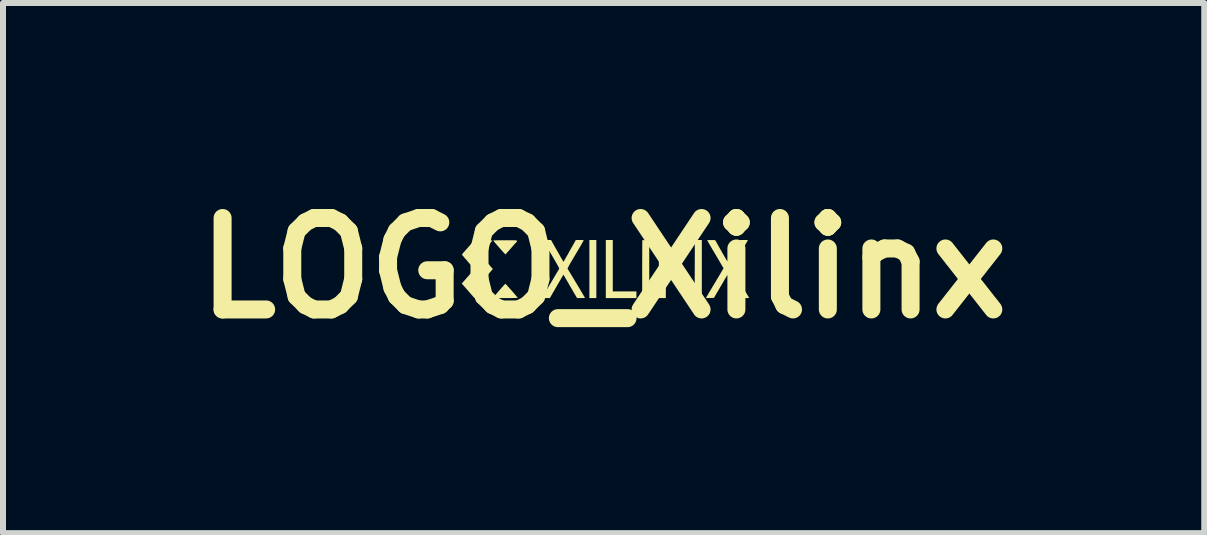
<source format=kicad_pcb>
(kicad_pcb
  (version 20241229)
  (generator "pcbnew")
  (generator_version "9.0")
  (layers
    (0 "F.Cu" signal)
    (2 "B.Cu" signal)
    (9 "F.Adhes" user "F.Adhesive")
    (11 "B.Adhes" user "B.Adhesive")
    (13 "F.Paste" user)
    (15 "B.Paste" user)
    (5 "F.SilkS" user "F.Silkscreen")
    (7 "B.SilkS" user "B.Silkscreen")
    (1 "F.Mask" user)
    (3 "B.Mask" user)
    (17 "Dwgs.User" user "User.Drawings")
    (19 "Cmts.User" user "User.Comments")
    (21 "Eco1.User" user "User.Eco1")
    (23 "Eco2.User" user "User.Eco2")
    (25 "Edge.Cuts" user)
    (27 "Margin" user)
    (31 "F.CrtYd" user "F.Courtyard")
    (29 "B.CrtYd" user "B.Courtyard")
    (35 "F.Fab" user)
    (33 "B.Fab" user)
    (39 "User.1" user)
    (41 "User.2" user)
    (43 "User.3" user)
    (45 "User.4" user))
  (footprint "LOGO_Xilinx"
    (layer "F.Cu")
    (at 7.01 1.418)
    (property "Reference" "LOGO_Xilinx" (at 0 0 0) (layer "F.SilkS") (effects (font (size 1.524 1.524) (thickness 0.3))))
    (attr board_only exclude_from_pos_files exclude_from_bom)
    (fp_poly (pts (xy -0.121 0.5) (xy -0.237 0.5) (xy -0.237 -0.468) (xy -0.121 -0.468)) (stroke (width 0) (type solid)) (fill yes) (layer "F.SilkS"))
    (fp_poly (pts (xy 0.153 0.389) (xy 0.547 0.389) (xy 0.547 0.5) (xy 0.037 0.5) (xy 0.037 -0.468) (xy 0.153 -0.468)) (stroke (width 0) (type solid)) (fill yes) (layer "F.SilkS"))
    (fp_poly (pts (xy 0.761 0.497) (xy 0.704 0.499) (xy 0.677 0.499) (xy 0.659 0.499) (xy 0.649 0.497) (xy 0.645 0.494) (xy 0.644 0.487) (xy 0.644 0.472) (xy 0.644 0.447) (xy 0.643 0.413) (xy 0.643 0.373) (xy 0.643 0.325) (xy 0.643 0.272) (xy 0.643 0.213) (xy 0.643 0.15) (xy 0.643 0.083) (xy 0.643 0.013) (xy 0.643 0.011) (xy 0.645 -0.466) (xy 0.761 -0.466)) (stroke (width 0) (type solid)) (fill yes) (layer "F.SilkS"))
    (fp_poly (pts (xy 1.273 -0.099) (xy 1.518 0.271) (xy 1.521 -0.468) (xy 1.637 -0.468) (xy 1.637 0.5) (xy 1.583 0.5) (xy 1.529 0.5) (xy 1.495 0.449) (xy 1.486 0.436) (xy 1.472 0.415) (xy 1.454 0.387) (xy 1.431 0.352) (xy 1.405 0.313) (xy 1.375 0.269) (xy 1.344 0.221) (xy 1.31 0.17) (xy 1.275 0.117) (xy 1.25 0.079) (xy 1.039 -0.239) (xy 1.038 0.131) (xy 1.037 0.5) (xy 0.921 0.5) (xy 0.921 -0.468) (xy 1.027 -0.468)) (stroke (width 0) (type solid)) (fill yes) (layer "F.SilkS"))
    (fp_poly (pts (xy -1.505 -0.463) (xy -1.479 -0.463) (xy -1.46 -0.461) (xy -1.448 -0.459) (xy -1.442 -0.456) (xy -1.441 -0.451) (xy -1.444 -0.444) (xy -1.451 -0.435) (xy -1.461 -0.424) (xy -1.473 -0.411) (xy -1.474 -0.41) (xy -1.488 -0.395) (xy -1.506 -0.374) (xy -1.528 -0.349) (xy -1.551 -0.322) (xy -1.568 -0.303) (xy -1.589 -0.279) (xy -1.607 -0.259) (xy -1.622 -0.243) (xy -1.632 -0.232) (xy -1.636 -0.228) (xy -1.64 -0.231) (xy -1.65 -0.242) (xy -1.666 -0.258) (xy -1.685 -0.28) (xy -1.708 -0.305) (xy -1.732 -0.333) (xy -1.734 -0.335) (xy -1.759 -0.364) (xy -1.783 -0.391) (xy -1.803 -0.414) (xy -1.819 -0.433) (xy -1.83 -0.447) (xy -1.836 -0.453) (xy -1.836 -0.453) (xy -1.837 -0.456) (xy -1.837 -0.458) (xy -1.834 -0.459) (xy -1.828 -0.461) (xy -1.817 -0.462) (xy -1.801 -0.462) (xy -1.778 -0.463) (xy -1.749 -0.463) (xy -1.711 -0.463) (xy -1.663 -0.463) (xy -1.637 -0.463) (xy -1.583 -0.463) (xy -1.54 -0.463)) (stroke (width 0) (type solid)) (fill yes) (layer "F.SilkS"))
    (fp_poly (pts (xy 2.369 -0.468) (xy 2.388 -0.467) (xy 2.399 -0.466) (xy 2.404 -0.463) (xy 2.404 -0.462) (xy 2.401 -0.456) (xy 2.393 -0.442) (xy 2.38 -0.421) (xy 2.364 -0.394) (xy 2.345 -0.36) (xy 2.323 -0.323) (xy 2.298 -0.281) (xy 2.272 -0.237) (xy 2.266 -0.226) (xy 2.235 -0.174) (xy 2.209 -0.129) (xy 2.188 -0.092) (xy 2.17 -0.062) (xy 2.157 -0.039) (xy 2.148 -0.02) (xy 2.141 -0.007) (xy 2.137 0.003) (xy 2.136 0.009) (xy 2.136 0.013) (xy 2.14 0.019) (xy 2.148 0.034) (xy 2.161 0.056) (xy 2.178 0.084) (xy 2.198 0.118) (xy 2.221 0.156) (xy 2.246 0.198) (xy 2.273 0.243) (xy 2.284 0.26) (xy 2.311 0.305) (xy 2.337 0.348) (xy 2.36 0.386) (xy 2.381 0.421) (xy 2.398 0.45) (xy 2.412 0.473) (xy 2.421 0.489) (xy 2.426 0.497) (xy 2.426 0.498) (xy 2.421 0.499) (xy 2.408 0.499) (xy 2.388 0.5) (xy 2.363 0.5) (xy 2.359 0.5) (xy 2.292 0.5) (xy 2.245 0.42) (xy 2.209 0.357) (xy 2.178 0.304) (xy 2.151 0.258) (xy 2.129 0.22) (xy 2.111 0.188) (xy 2.096 0.163) (xy 2.084 0.144) (xy 2.076 0.13) (xy 2.07 0.12) (xy 2.066 0.115) (xy 2.064 0.113) (xy 2.064 0.113) (xy 2.061 0.118) (xy 2.053 0.131) (xy 2.041 0.152) (xy 2.025 0.178) (xy 2.007 0.21) (xy 1.986 0.246) (xy 1.963 0.285) (xy 1.95 0.307) (xy 1.839 0.497) (xy 1.705 0.5) (xy 1.711 0.488) (xy 1.715 0.481) (xy 1.724 0.467) (xy 1.737 0.444) (xy 1.753 0.416) (xy 1.773 0.383) (xy 1.796 0.345) (xy 1.82 0.304) (xy 1.845 0.263) (xy 1.871 0.219) (xy 1.896 0.177) (xy 1.919 0.139) (xy 1.94 0.104) (xy 1.957 0.074) (xy 1.971 0.051) (xy 1.981 0.034) (xy 1.986 0.026) (xy 1.999 0.003) (xy 1.863 -0.229) (xy 1.836 -0.274) (xy 1.811 -0.316) (xy 1.789 -0.355) (xy 1.769 -0.389) (xy 1.752 -0.418) (xy 1.739 -0.441) (xy 1.731 -0.456) (xy 1.727 -0.464) (xy 1.726 -0.465) (xy 1.731 -0.466) (xy 1.745 -0.467) (xy 1.765 -0.467) (xy 1.789 -0.467) (xy 1.793 -0.467) (xy 1.86 -0.466) (xy 1.961 -0.287) (xy 1.983 -0.247) (xy 2.004 -0.211) (xy 2.023 -0.178) (xy 2.039 -0.151) (xy 2.052 -0.129) (xy 2.061 -0.115) (xy 2.065 -0.108) (xy 2.065 -0.108) (xy 2.069 -0.112) (xy 2.077 -0.125) (xy 2.088 -0.145) (xy 2.104 -0.171) (xy 2.121 -0.202) (xy 2.141 -0.237) (xy 2.163 -0.275) (xy 2.164 -0.276) (xy 2.185 -0.315) (xy 2.206 -0.351) (xy 2.224 -0.384) (xy 2.24 -0.412) (xy 2.253 -0.434) (xy 2.262 -0.449) (xy 2.266 -0.456) (xy 2.27 -0.461) (xy 2.275 -0.465) (xy 2.283 -0.467) (xy 2.296 -0.468) (xy 2.316 -0.468) (xy 2.34 -0.468)) (stroke (width 0) (type solid)) (fill yes) (layer "F.SilkS"))
    (fp_poly (pts (xy -0.774 -0.287) (xy -0.751 -0.247) (xy -0.73 -0.21) (xy -0.712 -0.177) (xy -0.695 -0.15) (xy -0.683 -0.128) (xy -0.674 -0.113) (xy -0.669 -0.106) (xy -0.669 -0.105) (xy -0.667 -0.108) (xy -0.662 -0.115) (xy -0.655 -0.127) (xy -0.645 -0.145) (xy -0.631 -0.169) (xy -0.614 -0.199) (xy -0.592 -0.237) (xy -0.567 -0.283) (xy -0.537 -0.336) (xy -0.502 -0.398) (xy -0.493 -0.414) (xy -0.463 -0.468) (xy -0.397 -0.468) (xy -0.369 -0.468) (xy -0.348 -0.467) (xy -0.335 -0.465) (xy -0.332 -0.463) (xy -0.334 -0.458) (xy -0.341 -0.444) (xy -0.353 -0.424) (xy -0.368 -0.398) (xy -0.385 -0.367) (xy -0.405 -0.333) (xy -0.416 -0.315) (xy -0.44 -0.274) (xy -0.465 -0.232) (xy -0.49 -0.19) (xy -0.513 -0.15) (xy -0.534 -0.115) (xy -0.551 -0.087) (xy -0.552 -0.085) (xy -0.568 -0.057) (xy -0.581 -0.033) (xy -0.592 -0.013) (xy -0.599 0.001) (xy -0.601 0.007) (xy -0.601 0.008) (xy -0.598 0.013) (xy -0.59 0.027) (xy -0.578 0.048) (xy -0.561 0.075) (xy -0.542 0.108) (xy -0.519 0.145) (xy -0.494 0.187) (xy -0.468 0.231) (xy -0.457 0.248) (xy -0.43 0.294) (xy -0.404 0.336) (xy -0.381 0.376) (xy -0.36 0.411) (xy -0.342 0.441) (xy -0.328 0.465) (xy -0.318 0.481) (xy -0.313 0.491) (xy -0.313 0.492) (xy -0.312 0.495) (xy -0.316 0.498) (xy -0.325 0.499) (xy -0.34 0.5) (xy -0.364 0.5) (xy -0.375 0.5) (xy -0.441 0.5) (xy -0.457 0.475) (xy -0.464 0.463) (xy -0.475 0.444) (xy -0.49 0.419) (xy -0.507 0.39) (xy -0.525 0.358) (xy -0.534 0.342) (xy -0.555 0.307) (xy -0.576 0.27) (xy -0.596 0.235) (xy -0.615 0.203) (xy -0.63 0.178) (xy -0.633 0.172) (xy -0.669 0.11) (xy -0.7 0.161) (xy -0.71 0.179) (xy -0.725 0.205) (xy -0.743 0.236) (xy -0.764 0.271) (xy -0.785 0.309) (xy -0.808 0.347) (xy -0.813 0.357) (xy -0.896 0.5) (xy -0.962 0.5) (xy -0.989 0.5) (xy -1.008 0.499) (xy -1.019 0.498) (xy -1.024 0.496) (xy -1.025 0.493) (xy -1.024 0.492) (xy -1.021 0.486) (xy -1.013 0.472) (xy -1 0.45) (xy -0.984 0.422) (xy -0.964 0.389) (xy -0.942 0.351) (xy -0.917 0.309) (xy -0.891 0.265) (xy -0.881 0.25) (xy -0.854 0.204) (xy -0.829 0.162) (xy -0.806 0.122) (xy -0.785 0.088) (xy -0.768 0.058) (xy -0.754 0.035) (xy -0.744 0.018) (xy -0.74 0.01) (xy -0.739 0.009) (xy -0.74 0.005) (xy -0.743 -0.002) (xy -0.749 -0.014) (xy -0.758 -0.031) (xy -0.77 -0.053) (xy -0.786 -0.081) (xy -0.806 -0.116) (xy -0.83 -0.157) (xy -0.858 -0.206) (xy -0.892 -0.263) (xy -0.93 -0.328) (xy -0.949 -0.361) (xy -0.966 -0.389) (xy -0.981 -0.415) (xy -0.993 -0.437) (xy -1.001 -0.452) (xy -1.005 -0.461) (xy -1.005 -0.462) (xy -1.002 -0.465) (xy -0.993 -0.467) (xy -0.975 -0.468) (xy -0.949 -0.468) (xy -0.941 -0.468) (xy -0.876 -0.468)) (stroke (width 0) (type solid)) (fill yes) (layer "F.SilkS"))
    (fp_poly (pts (xy -1.966 -0.463) (xy -1.931 -0.463) (xy -1.901 -0.462) (xy -1.877 -0.462) (xy -1.86 -0.461) (xy -1.853 -0.46) (xy -1.853 -0.46) (xy -1.856 -0.456) (xy -1.865 -0.444) (xy -1.88 -0.427) (xy -1.899 -0.404) (xy -1.921 -0.378) (xy -1.946 -0.349) (xy -1.953 -0.341) (xy -1.982 -0.308) (xy -2.005 -0.281) (xy -2.022 -0.261) (xy -2.034 -0.245) (xy -2.042 -0.234) (xy -2.047 -0.227) (xy -2.048 -0.221) (xy -2.047 -0.218) (xy -2.046 -0.217) (xy -2.039 -0.209) (xy -2.027 -0.194) (xy -2.01 -0.175) (xy -1.991 -0.152) (xy -1.969 -0.126) (xy -1.946 -0.1) (xy -1.923 -0.074) (xy -1.902 -0.049) (xy -1.884 -0.028) (xy -1.869 -0.011) (xy -1.86 0.000014) (xy -1.856 0.004) (xy -1.846 0.015) (xy -1.898 0.075) (xy -1.925 0.106) (xy -1.951 0.136) (xy -1.976 0.164) (xy -1.997 0.189) (xy -2.015 0.209) (xy -2.027 0.222) (xy -2.028 0.224) (xy -2.036 0.232) (xy -2.042 0.239) (xy -2.046 0.246) (xy -2.047 0.253) (xy -2.044 0.262) (xy -2.037 0.273) (xy -2.026 0.288) (xy -2.009 0.308) (xy -1.987 0.334) (xy -1.959 0.366) (xy -1.95 0.377) (xy -1.92 0.411) (xy -1.895 0.438) (xy -1.876 0.459) (xy -1.862 0.474) (xy -1.852 0.483) (xy -1.845 0.488) (xy -1.841 0.489) (xy -1.839 0.489) (xy -1.834 0.483) (xy -1.823 0.47) (xy -1.807 0.452) (xy -1.787 0.429) (xy -1.764 0.402) (xy -1.739 0.373) (xy -1.737 0.371) (xy -1.712 0.342) (xy -1.689 0.316) (xy -1.669 0.294) (xy -1.653 0.277) (xy -1.642 0.265) (xy -1.637 0.261) (xy -1.637 0.261) (xy -1.633 0.264) (xy -1.623 0.275) (xy -1.607 0.292) (xy -1.587 0.314) (xy -1.564 0.341) (xy -1.537 0.37) (xy -1.509 0.402) (xy -1.48 0.436) (xy -1.451 0.47) (xy -1.433 0.491) (xy -1.431 0.493) (xy -1.432 0.494) (xy -1.434 0.495) (xy -1.44 0.497) (xy -1.449 0.497) (xy -1.463 0.498) (xy -1.481 0.499) (xy -1.506 0.499) (xy -1.537 0.5) (xy -1.575 0.5) (xy -1.621 0.5) (xy -1.675 0.5) (xy -1.739 0.5) (xy -1.788 0.5) (xy -2.152 0.5) (xy -2.243 0.396) (xy -2.268 0.367) (xy -2.292 0.34) (xy -2.313 0.316) (xy -2.33 0.296) (xy -2.343 0.282) (xy -2.349 0.275) (xy -2.364 0.259) (xy -2.349 0.241) (xy -2.34 0.231) (xy -2.326 0.215) (xy -2.308 0.195) (xy -2.288 0.172) (xy -2.274 0.155) (xy -2.251 0.13) (xy -2.228 0.104) (xy -2.208 0.08) (xy -2.191 0.06) (xy -2.184 0.052) (xy -2.153 0.018) (xy -2.252 -0.095) (xy -2.277 -0.125) (xy -2.301 -0.152) (xy -2.322 -0.176) (xy -2.338 -0.196) (xy -2.35 -0.209) (xy -2.356 -0.217) (xy -2.357 -0.217) (xy -2.359 -0.222) (xy -2.358 -0.228) (xy -2.352 -0.237) (xy -2.341 -0.252) (xy -2.325 -0.269) (xy -2.31 -0.287) (xy -2.296 -0.302) (xy -2.288 -0.312) (xy -2.284 -0.316) (xy -2.28 -0.321) (xy -2.27 -0.332) (xy -2.257 -0.347) (xy -2.247 -0.358) (xy -2.23 -0.377) (xy -2.214 -0.396) (xy -2.201 -0.411) (xy -2.196 -0.416) (xy -2.183 -0.431) (xy -2.171 -0.445) (xy -2.168 -0.449) (xy -2.157 -0.463) (xy -2.005 -0.463)) (stroke (width 0) (type solid)) (fill yes) (layer "F.SilkS")))
  (gr_rect
    (start -3 -3)
    (end 17.021 5.836)
    (stroke (width 0.1) (type default))
    (fill no)
    (layer "Edge.Cuts")))
</source>
